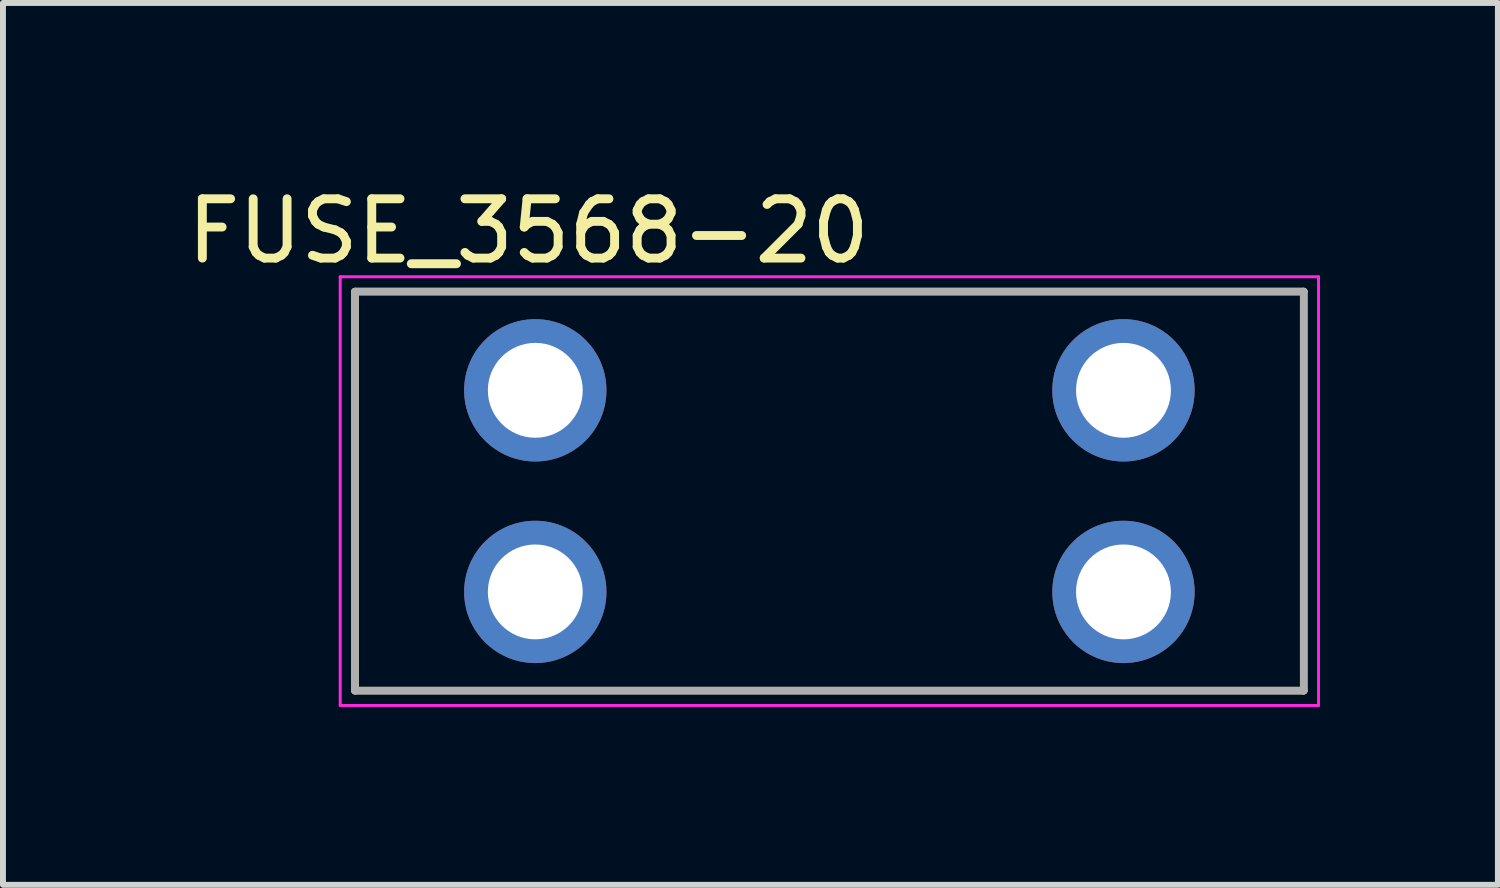
<source format=kicad_pcb>
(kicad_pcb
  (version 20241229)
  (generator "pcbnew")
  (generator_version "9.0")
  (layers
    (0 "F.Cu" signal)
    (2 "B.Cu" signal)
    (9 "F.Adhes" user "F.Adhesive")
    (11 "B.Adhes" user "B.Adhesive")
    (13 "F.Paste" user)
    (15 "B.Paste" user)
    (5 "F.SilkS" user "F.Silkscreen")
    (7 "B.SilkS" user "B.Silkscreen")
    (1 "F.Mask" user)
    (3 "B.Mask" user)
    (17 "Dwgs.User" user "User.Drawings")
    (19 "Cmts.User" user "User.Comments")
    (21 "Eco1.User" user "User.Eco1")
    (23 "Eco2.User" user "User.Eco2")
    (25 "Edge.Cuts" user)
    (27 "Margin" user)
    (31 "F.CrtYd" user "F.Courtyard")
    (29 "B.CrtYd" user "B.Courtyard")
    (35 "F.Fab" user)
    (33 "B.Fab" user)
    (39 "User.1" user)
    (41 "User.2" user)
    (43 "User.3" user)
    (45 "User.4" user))
  (footprint "FUSE_3568-20"
    (layer "F.Cu")
    (at 10.938 5.233)
    (property "Reference" "FUSE_3568-20" (at -5.075 -4.385 0) (layer "F.SilkS") (effects (font (size 1 1) (thickness 0.15))))
    (attr through_hole)
    (fp_line (start -8 -3.365) (end 8 -3.365) (stroke (width 0.127) (type solid)) (layer "F.SilkS"))
    (fp_line (start -8 3.365) (end -8 -3.365) (stroke (width 0.127) (type solid)) (layer "F.SilkS"))
    (fp_line (start 8 -3.365) (end 8 3.365) (stroke (width 0.127) (type solid)) (layer "F.SilkS"))
    (fp_line (start 8 3.365) (end -8 3.365) (stroke (width 0.127) (type solid)) (layer "F.SilkS"))
    (fp_line (start -8.25 -3.615) (end 8.25 -3.615) (stroke (width 0.05) (type solid)) (layer "F.CrtYd"))
    (fp_line (start -8.25 3.615) (end -8.25 -3.615) (stroke (width 0.05) (type solid)) (layer "F.CrtYd"))
    (fp_line (start 8.25 -3.615) (end 8.25 3.615) (stroke (width 0.05) (type solid)) (layer "F.CrtYd"))
    (fp_line (start 8.25 3.615) (end -8.25 3.615) (stroke (width 0.05) (type solid)) (layer "F.CrtYd"))
    (fp_line (start -8 -3.365) (end 8 -3.365) (stroke (width 0.127) (type solid)) (layer "F.Fab"))
    (fp_line (start -8 3.365) (end -8 -3.365) (stroke (width 0.127) (type solid)) (layer "F.Fab"))
    (fp_line (start 8 -3.365) (end 8 3.365) (stroke (width 0.127) (type solid)) (layer "F.Fab"))
    (fp_line (start 8 3.365) (end -8 3.365) (stroke (width 0.127) (type solid)) (layer "F.Fab"))
    (pad "1" thru_hole circle (at -4.96 -1.7) (size 2.4 2.4) (drill 1.6) (layers "*.Cu" "*.Mask"))
    (pad "1" thru_hole circle (at -4.96 1.7) (size 2.4 2.4) (drill 1.6) (layers "*.Cu" "*.Mask"))
    (pad "2" thru_hole circle (at 4.96 -1.7) (size 2.4 2.4) (drill 1.6) (layers "*.Cu" "*.Mask"))
    (pad "2" thru_hole circle (at 4.96 1.7) (size 2.4 2.4) (drill 1.6) (layers "*.Cu" "*.Mask")))
  (gr_rect
    (start -3 -3)
    (end 22.213 11.873)
    (stroke (width 0.1) (type default))
    (fill no)
    (layer "Edge.Cuts")))
</source>
